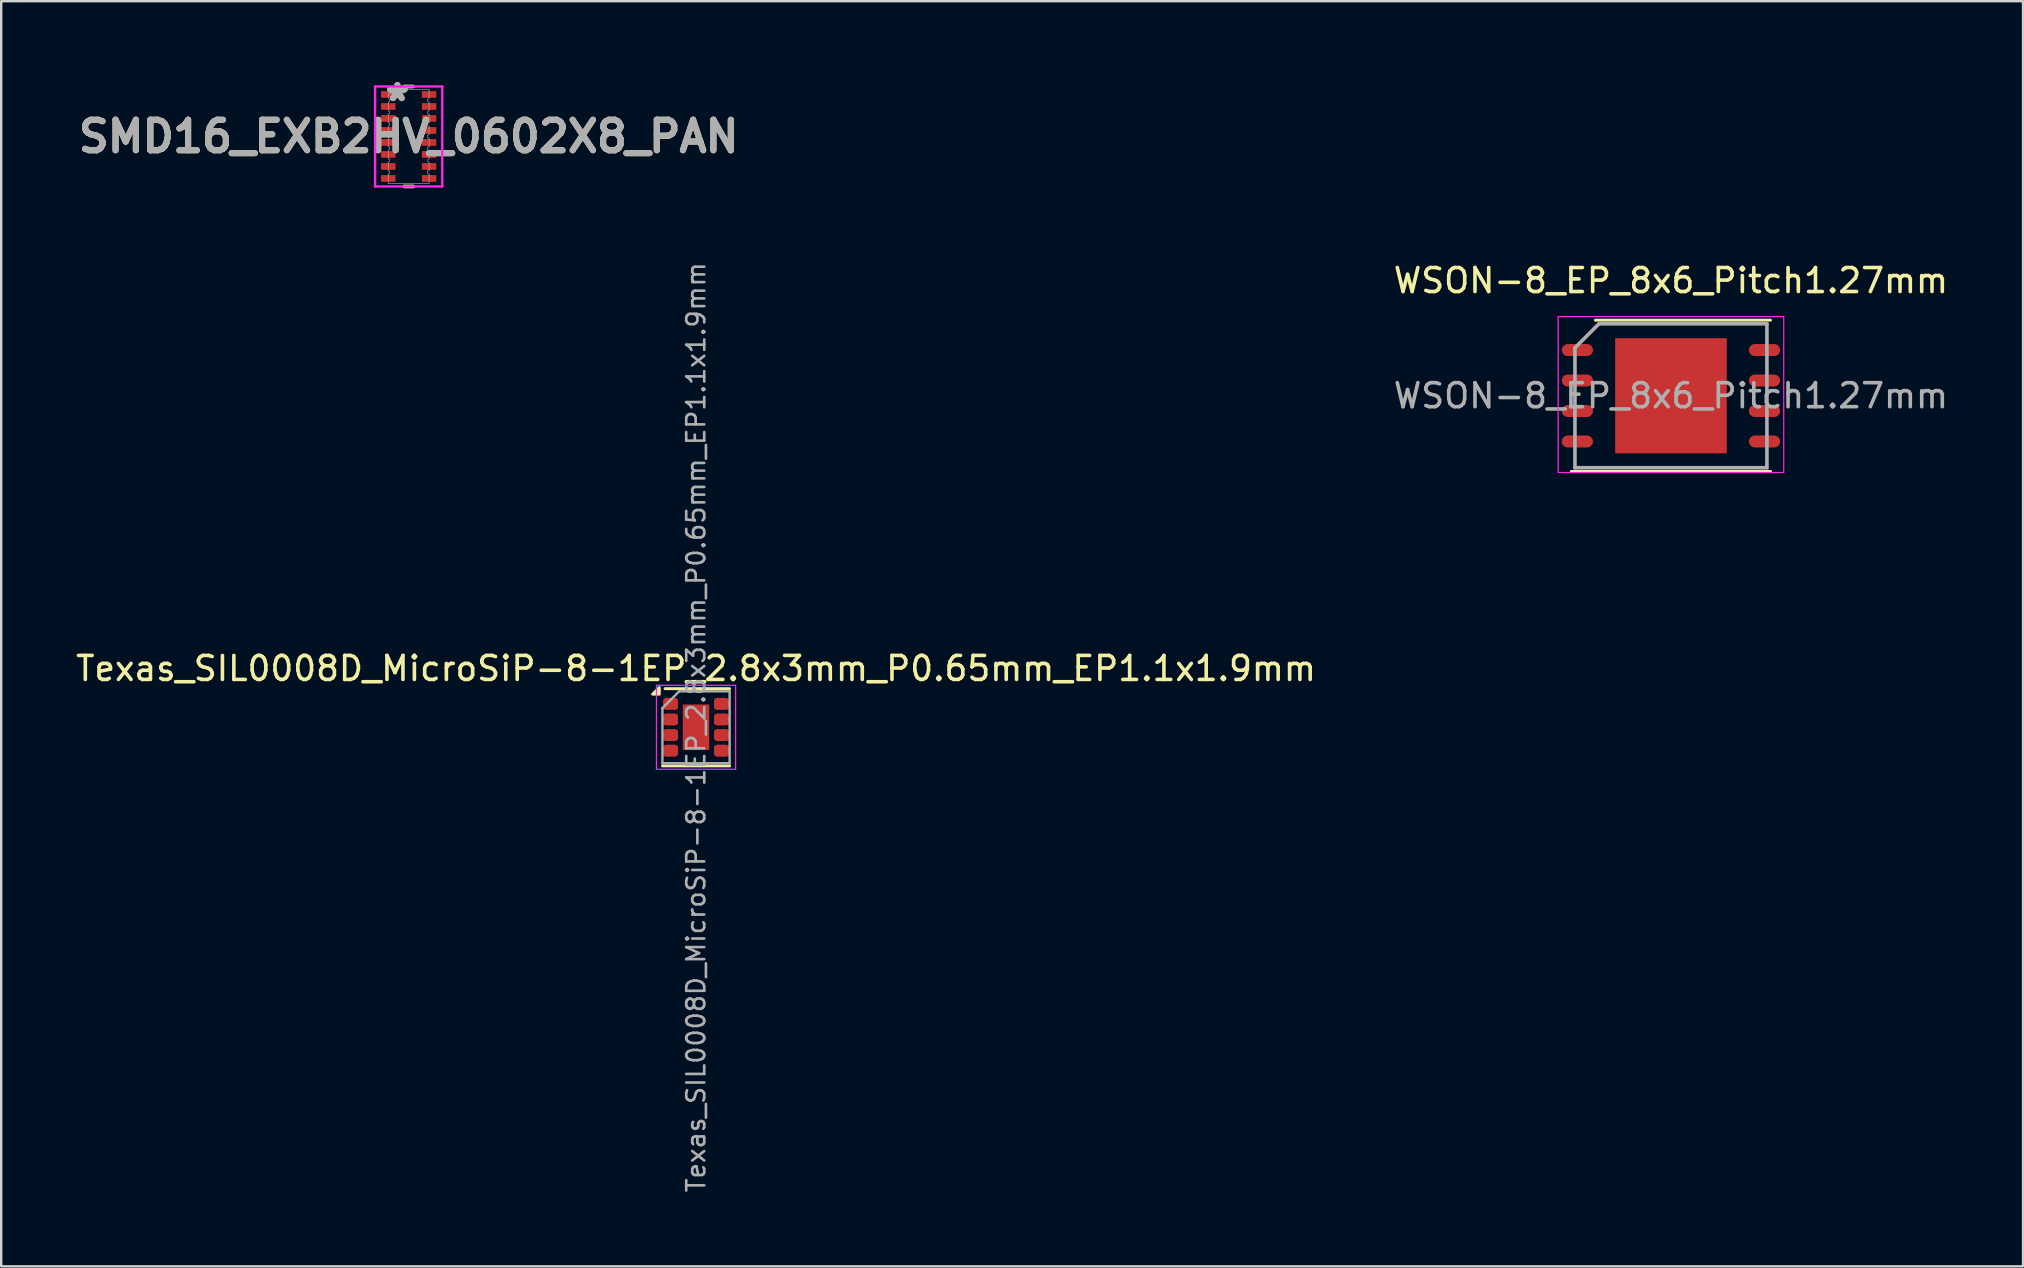
<source format=kicad_pcb>
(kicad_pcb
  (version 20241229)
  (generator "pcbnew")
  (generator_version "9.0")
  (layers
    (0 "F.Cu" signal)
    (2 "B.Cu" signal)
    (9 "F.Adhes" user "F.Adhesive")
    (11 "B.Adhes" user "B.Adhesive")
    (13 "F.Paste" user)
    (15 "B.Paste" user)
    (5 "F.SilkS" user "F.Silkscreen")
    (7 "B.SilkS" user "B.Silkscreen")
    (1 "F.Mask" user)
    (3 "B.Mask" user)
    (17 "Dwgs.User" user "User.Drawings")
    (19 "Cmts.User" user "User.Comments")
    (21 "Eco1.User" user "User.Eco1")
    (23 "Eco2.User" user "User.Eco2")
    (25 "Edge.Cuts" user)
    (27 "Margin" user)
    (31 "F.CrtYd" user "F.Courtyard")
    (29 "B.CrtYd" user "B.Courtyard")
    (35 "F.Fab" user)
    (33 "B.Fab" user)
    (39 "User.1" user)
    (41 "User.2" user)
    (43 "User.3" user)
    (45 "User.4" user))
  (footprint "Texas_SIL0008D_MicroSiP-8-1EP_2.8x3mm_P0.65mm_EP1.1x1.9mm"
    (layer "F.Cu")
    (at 25.958 27.261)
    (property "Reference" "Texas_SIL0008D_MicroSiP-8-1EP_2.8x3mm_P0.65mm_EP1.1x1.9mm" (at 0 -2.45 0) (layer "F.SilkS") (effects (font (size 1 1) (thickness 0.15))))
    (attr smd)
    (fp_line (start -1.4 1.61) (end 1.4 1.61) (stroke (width 0.12) (type solid)) (layer "F.SilkS"))
    (fp_line (start -1.29 -1.61) (end 1.4 -1.61) (stroke (width 0.12) (type solid)) (layer "F.SilkS"))
    (fp_poly (pts (xy -1.53 -1.38) (xy -1.81 -1.38) (xy -1.53 -1.66) (xy -1.53 -1.38)) (stroke (width 0.12) (type solid)) (fill yes) (layer "F.SilkS"))
    (fp_line (start -1.65 -1.75) (end -1.65 1.75) (stroke (width 0.05) (type solid)) (layer "F.CrtYd"))
    (fp_line (start -1.65 1.75) (end 1.65 1.75) (stroke (width 0.05) (type solid)) (layer "F.CrtYd"))
    (fp_line (start 1.65 -1.75) (end -1.65 -1.75) (stroke (width 0.05) (type solid)) (layer "F.CrtYd"))
    (fp_line (start 1.65 1.75) (end 1.65 -1.75) (stroke (width 0.05) (type solid)) (layer "F.CrtYd"))
    (fp_line (start -1.4 -0.8) (end -0.7 -1.5) (stroke (width 0.1) (type solid)) (layer "F.Fab"))
    (fp_line (start -1.4 1.5) (end -1.4 -0.8) (stroke (width 0.1) (type solid)) (layer "F.Fab"))
    (fp_line (start -0.7 -1.5) (end 1.4 -1.5) (stroke (width 0.1) (type solid)) (layer "F.Fab"))
    (fp_line (start 1.4 -1.5) (end 1.4 1.5) (stroke (width 0.1) (type solid)) (layer "F.Fab"))
    (fp_line (start 1.4 1.5) (end -1.4 1.5) (stroke (width 0.1) (type solid)) (layer "F.Fab"))
    (fp_text user "${REFERENCE}" (at 0 0 90) (layer "F.Fab") (effects (font (size 0.75 0.75) (thickness 0.11))))
    (pad "" smd roundrect (at 0 -0.63) (size 0.89 0.51) (layers "F.Paste") (roundrect_rratio 0.25))
    (pad "" smd roundrect (at 0 0) (size 0.89 0.51) (layers "F.Paste") (roundrect_rratio 0.25))
    (pad "" smd roundrect (at 0 0.63) (size 0.89 0.51) (layers "F.Paste") (roundrect_rratio 0.25))
    (pad "1" smd roundrect (at -1.062 -0.975) (size 0.625 0.5) (layers "F.Cu" "F.Mask" "F.Paste") (roundrect_rratio 0.25))
    (pad "2" smd roundrect (at -1.062 -0.325) (size 0.625 0.5) (layers "F.Cu" "F.Mask" "F.Paste") (roundrect_rratio 0.25))
    (pad "3" smd roundrect (at -1.062 0.325) (size 0.625 0.5) (layers "F.Cu" "F.Mask" "F.Paste") (roundrect_rratio 0.25))
    (pad "4" smd roundrect (at -1.062 0.975) (size 0.625 0.5) (layers "F.Cu" "F.Mask" "F.Paste") (roundrect_rratio 0.25))
    (pad "5" smd roundrect (at 1.062 0.975) (size 0.625 0.5) (layers "F.Cu" "F.Mask" "F.Paste") (roundrect_rratio 0.25))
    (pad "6" smd roundrect (at 1.062 0.325) (size 0.625 0.5) (layers "F.Cu" "F.Mask" "F.Paste") (roundrect_rratio 0.25))
    (pad "7" smd roundrect (at 1.062 -0.325) (size 0.625 0.5) (layers "F.Cu" "F.Mask" "F.Paste") (roundrect_rratio 0.25))
    (pad "8" smd roundrect (at 1.062 -0.975) (size 0.625 0.5) (layers "F.Cu" "F.Mask" "F.Paste") (roundrect_rratio 0.25))
    (pad "9" smd rect (at 0 0) (size 1.1 1.9) (property pad_prop_heatsink) (layers "F.Cu" "F.Mask")))
  (footprint "WSON-8_EP_8x6_Pitch1.27mm"
    (layer "F.Cu")
    (at 66.589 13.444)
    (property "Reference" "WSON-8_EP_8x6_Pitch1.27mm" (at 0 -4.8 0) (unlocked yes) (layer "F.SilkS") (effects (font (size 1 1) (thickness 0.15))))
    (attr smd)
    (fp_line (start -4.15 3.15) (end 4.15 3.15) (stroke (width 0.12) (type default)) (layer "F.SilkS"))
    (fp_line (start -3.15 -3.15) (end 4.15 -3.15) (stroke (width 0.12) (type default)) (layer "F.SilkS"))
    (fp_rect (start -4.7 -3.3) (end 4.7 3.2) (stroke (width 0.05) (type default)) (fill no) (layer "F.CrtYd"))
    (fp_line (start -4 -2) (end -4 3) (stroke (width 0.15) (type default)) (layer "F.Fab"))
    (fp_line (start -4 3) (end 4 3) (stroke (width 0.15) (type default)) (layer "F.Fab"))
    (fp_line (start -3 -3) (end -4 -2) (stroke (width 0.15) (type default)) (layer "F.Fab"))
    (fp_line (start 4 -3) (end -3 -3) (stroke (width 0.15) (type default)) (layer "F.Fab"))
    (fp_line (start 4 3) (end 4 -3) (stroke (width 0.15) (type default)) (layer "F.Fab"))
    (fp_text user "${REFERENCE}" (at 0 0 0) (layer "F.Fab") (effects (font (size 1 1) (thickness 0.15))))
    (pad "" smd rect (at -1.744 -1.8) (size 0.412 0.45) (layers "F.Paste"))
    (pad "" smd rect (at -1.744 -0.6) (size 0.412 0.45) (layers "F.Paste"))
    (pad "" smd rect (at -1.744 0.6) (size 0.412 0.45) (layers "F.Paste"))
    (pad "" smd rect (at -1.744 1.8) (size 0.412 0.45) (layers "F.Paste"))
    (pad "" smd rect (at -0.581 -1.8) (size 0.412 0.45) (layers "F.Paste"))
    (pad "" smd rect (at -0.581 -0.6) (size 0.412 0.45) (layers "F.Paste"))
    (pad "" smd rect (at -0.581 0.6) (size 0.412 0.45) (layers "F.Paste"))
    (pad "" smd rect (at -0.581 1.8) (size 0.412 0.45) (layers "F.Paste"))
    (pad "" smd rect (at 0.581 -1.8) (size 0.412 0.45) (layers "F.Paste"))
    (pad "" smd rect (at 0.581 -0.6) (size 0.412 0.45) (layers "F.Paste"))
    (pad "" smd rect (at 0.581 0.6) (size 0.412 0.45) (layers "F.Paste"))
    (pad "" smd rect (at 0.581 1.8) (size 0.412 0.45) (layers "F.Paste"))
    (pad "" smd rect (at 1.744 -1.8) (size 0.412 0.45) (layers "F.Paste"))
    (pad "" smd rect (at 1.744 -0.6) (size 0.412 0.45) (layers "F.Paste"))
    (pad "" smd rect (at 1.744 0.6) (size 0.412 0.45) (layers "F.Paste"))
    (pad "" smd rect (at 1.744 1.8) (size 0.412 0.45) (layers "F.Paste"))
    (pad "1" smd oval (at -3.9 -1.905 90) (size 0.5 1.3) (layers "F.Cu" "F.Mask" "F.Paste"))
    (pad "2" smd oval (at -3.9 -0.635 90) (size 0.5 1.3) (layers "F.Cu" "F.Mask" "F.Paste"))
    (pad "3" smd oval (at -3.9 0.635 90) (size 0.5 1.3) (layers "F.Cu" "F.Mask" "F.Paste"))
    (pad "4" smd oval (at -3.9 1.905 90) (size 0.5 1.3) (layers "F.Cu" "F.Mask" "F.Paste"))
    (pad "5" smd oval (at 3.9 1.905 90) (size 0.5 1.3) (layers "F.Cu" "F.Mask" "F.Paste"))
    (pad "6" smd oval (at 3.9 0.635 90) (size 0.5 1.3) (layers "F.Cu" "F.Mask" "F.Paste"))
    (pad "7" smd oval (at 3.9 -0.635 90) (size 0.5 1.3) (layers "F.Cu" "F.Mask" "F.Paste"))
    (pad "8" smd oval (at 3.9 -1.905 90) (size 0.5 1.3) (layers "F.Cu" "F.Mask" "F.Paste"))
    (pad "9" smd rect (at 0 0) (size 4.65 4.8) (layers "F.Cu" "F.Mask")))
  (footprint "SMD16_EXB2HV_0602X8_PAN"
    (layer "F.Cu")
    (at 13.982 2.637)
    (property "Reference" "SMD16_EXB2HV_0602X8_PAN" (at 0 0 0) (unlocked yes) (layer "F.SilkS") (effects (font (size 1.27 1.27) (thickness 0.254) (bold yes))))
    (attr smd)
    (fp_line (start -0.188 -2.083) (end 0.188 -2.083) (stroke (width 0.152) (type solid)) (layer "F.SilkS"))
    (fp_line (start -0.188 2.083) (end 0.188 2.083) (stroke (width 0.152) (type solid)) (layer "F.SilkS"))
    (fp_line (start -1.4 -2.083) (end 1.4 -2.083) (stroke (width 0.1) (type solid)) (layer "F.CrtYd"))
    (fp_line (start -1.4 2.083) (end -1.4 -2.083) (stroke (width 0.1) (type solid)) (layer "F.CrtYd"))
    (fp_line (start 1.4 -2.083) (end 1.4 2.083) (stroke (width 0.1) (type solid)) (layer "F.CrtYd"))
    (fp_line (start 1.4 2.083) (end -1.4 2.083) (stroke (width 0.1) (type solid)) (layer "F.CrtYd"))
    (fp_line (start -0.851 -1.956) (end 0.851 -1.956) (stroke (width 0.025) (type solid)) (layer "F.Fab"))
    (fp_line (start -0.851 -1.6) (end -0.851 -1.956) (stroke (width 0.025) (type solid)) (layer "F.Fab"))
    (fp_line (start -0.851 -1.428) (end -0.851 -1.073) (stroke (width 0.025) (type solid)) (layer "F.Fab"))
    (fp_line (start -0.851 -0.928) (end -0.851 -0.572) (stroke (width 0.025) (type solid)) (layer "F.Fab"))
    (fp_line (start -0.851 -0.428) (end -0.851 -0.072) (stroke (width 0.025) (type solid)) (layer "F.Fab"))
    (fp_line (start -0.851 0.072) (end -0.851 0.428) (stroke (width 0.025) (type solid)) (layer "F.Fab"))
    (fp_line (start -0.851 0.572) (end -0.851 0.928) (stroke (width 0.025) (type solid)) (layer "F.Fab"))
    (fp_line (start -0.851 1.073) (end -0.851 1.428) (stroke (width 0.025) (type solid)) (layer "F.Fab"))
    (fp_line (start -0.851 1.573) (end -0.851 1.6) (stroke (width 0.025) (type solid)) (layer "F.Fab"))
    (fp_line (start -0.851 1.6) (end -0.851 1.956) (stroke (width 0.025) (type solid)) (layer "F.Fab"))
    (fp_line (start -0.851 1.956) (end 0.851 1.956) (stroke (width 0.025) (type solid)) (layer "F.Fab"))
    (fp_line (start -0.597 -1.956) (end -0.851 -1.702) (stroke (width 0.025) (type solid)) (layer "F.Fab"))
    (fp_line (start 0.851 -1.6) (end 0.851 -1.956) (stroke (width 0.025) (type solid)) (layer "F.Fab"))
    (fp_line (start 0.851 -1.428) (end 0.851 -1.073) (stroke (width 0.025) (type solid)) (layer "F.Fab"))
    (fp_line (start 0.851 -0.928) (end 0.851 -0.572) (stroke (width 0.025) (type solid)) (layer "F.Fab"))
    (fp_line (start 0.851 -0.428) (end 0.851 -0.072) (stroke (width 0.025) (type solid)) (layer "F.Fab"))
    (fp_line (start 0.851 0.072) (end 0.851 0.428) (stroke (width 0.025) (type solid)) (layer "F.Fab"))
    (fp_line (start 0.851 0.572) (end 0.851 0.928) (stroke (width 0.025) (type solid)) (layer "F.Fab"))
    (fp_line (start 0.851 1.073) (end 0.851 1.428) (stroke (width 0.025) (type solid)) (layer "F.Fab"))
    (fp_line (start 0.851 1.573) (end 0.851 1.6) (stroke (width 0.025) (type solid)) (layer "F.Fab"))
    (fp_line (start 0.851 1.6) (end 0.851 1.956) (stroke (width 0.025) (type solid)) (layer "F.Fab"))
    (fp_arc (start -0.8509 -1.572641) (mid -0.778637 -1.500378) (end -0.8509 -1.428115) (stroke (width 0.0254) (type solid)) (layer "F.Fab"))
    (fp_arc (start -0.8509 -1.072515) (mid -0.778637 -1.000252) (end -0.8509 -0.927989) (stroke (width 0.0254) (type solid)) (layer "F.Fab"))
    (fp_arc (start -0.8509 -0.572389) (mid -0.778637 -0.500126) (end -0.8509 -0.427863) (stroke (width 0.0254) (type solid)) (layer "F.Fab"))
    (fp_arc (start -0.8509 -0.072263) (mid -0.778637 0) (end -0.8509 0.072263) (stroke (width 0.0254) (type solid)) (layer "F.Fab"))
    (fp_arc (start -0.8509 0.427863) (mid -0.778637 0.500126) (end -0.8509 0.572389) (stroke (width 0.0254) (type solid)) (layer "F.Fab"))
    (fp_arc (start -0.8509 0.927989) (mid -0.778637 1.000252) (end -0.8509 1.072515) (stroke (width 0.0254) (type solid)) (layer "F.Fab"))
    (fp_arc (start -0.8509 1.428115) (mid -0.778637 1.500378) (end -0.8509 1.572641) (stroke (width 0.0254) (type solid)) (layer "F.Fab"))
    (fp_arc (start 0.8509 -1.428115) (mid 0.778637 -1.500378) (end 0.8509 -1.572641) (stroke (width 0.0254) (type solid)) (layer "F.Fab"))
    (fp_arc (start 0.8509 -0.927989) (mid 0.778637 -1.000252) (end 0.8509 -1.072515) (stroke (width 0.0254) (type solid)) (layer "F.Fab"))
    (fp_arc (start 0.8509 -0.427863) (mid 0.778637 -0.500126) (end 0.8509 -0.572389) (stroke (width 0.0254) (type solid)) (layer "F.Fab"))
    (fp_arc (start 0.8509 0.072263) (mid 0.778637 0) (end 0.8509 -0.072263) (stroke (width 0.0254) (type solid)) (layer "F.Fab"))
    (fp_arc (start 0.8509 0.572389) (mid 0.778637 0.500126) (end 0.8509 0.427863) (stroke (width 0.0254) (type solid)) (layer "F.Fab"))
    (fp_arc (start 0.8509 1.072515) (mid 0.778637 1.000252) (end 0.8509 0.927989) (stroke (width 0.0254) (type solid)) (layer "F.Fab"))
    (fp_arc (start 0.8509 1.572641) (mid 0.778637 1.500378) (end 0.8509 1.428115) (stroke (width 0.0254) (type solid)) (layer "F.Fab"))
    (fp_text user "${REFERENCE}" (at 0 0 0) (unlocked yes) (layer "F.Fab") (effects (font (size 1.27 1.27) (thickness 0.254))))
    (fp_text user "*" (at -0.47 -1.448 0) (unlocked yes) (layer "F.Fab") (effects (font (size 1.27 1.27) (thickness 0.254))))
    (fp_text user "*" (at -0.47 -1.448 0) (layer "F.Fab") (effects (font (size 1.27 1.27) (thickness 0.254))))
    (pad "1" smd rect (at -0.85 -1.75) (size 0.6 0.28) (layers "F.Cu" "F.Mask" "F.Paste"))
    (pad "2" smd rect (at -0.85 -1.25) (size 0.6 0.28) (layers "F.Cu" "F.Mask" "F.Paste"))
    (pad "3" smd rect (at -0.85 -0.75) (size 0.6 0.28) (layers "F.Cu" "F.Mask" "F.Paste"))
    (pad "4" smd rect (at -0.85 -0.25) (size 0.6 0.28) (layers "F.Cu" "F.Mask" "F.Paste"))
    (pad "5" smd rect (at -0.85 0.25) (size 0.6 0.28) (layers "F.Cu" "F.Mask" "F.Paste"))
    (pad "6" smd rect (at -0.85 0.75) (size 0.6 0.28) (layers "F.Cu" "F.Mask" "F.Paste"))
    (pad "7" smd rect (at -0.85 1.25) (size 0.6 0.28) (layers "F.Cu" "F.Mask" "F.Paste"))
    (pad "8" smd rect (at -0.85 1.75) (size 0.6 0.28) (layers "F.Cu" "F.Mask" "F.Paste"))
    (pad "9" smd rect (at 0.85 1.75) (size 0.6 0.28) (layers "F.Cu" "F.Mask" "F.Paste"))
    (pad "10" smd rect (at 0.85 1.25) (size 0.6 0.28) (layers "F.Cu" "F.Mask" "F.Paste"))
    (pad "11" smd rect (at 0.85 0.75) (size 0.6 0.28) (layers "F.Cu" "F.Mask" "F.Paste"))
    (pad "12" smd rect (at 0.85 0.25) (size 0.6 0.28) (layers "F.Cu" "F.Mask" "F.Paste"))
    (pad "13" smd rect (at 0.85 -0.25) (size 0.6 0.28) (layers "F.Cu" "F.Mask" "F.Paste"))
    (pad "14" smd rect (at 0.85 -0.75) (size 0.6 0.28) (layers "F.Cu" "F.Mask" "F.Paste"))
    (pad "15" smd rect (at 0.85 -1.25) (size 0.6 0.28) (layers "F.Cu" "F.Mask" "F.Paste"))
    (pad "16" smd rect (at 0.85 -1.75) (size 0.6 0.28) (layers "F.Cu" "F.Mask" "F.Paste")))
  (gr_rect
    (start -3 -3)
    (end 81.262 49.726)
    (stroke (width 0.1) (type default))
    (fill no)
    (layer "Edge.Cuts")))
</source>
